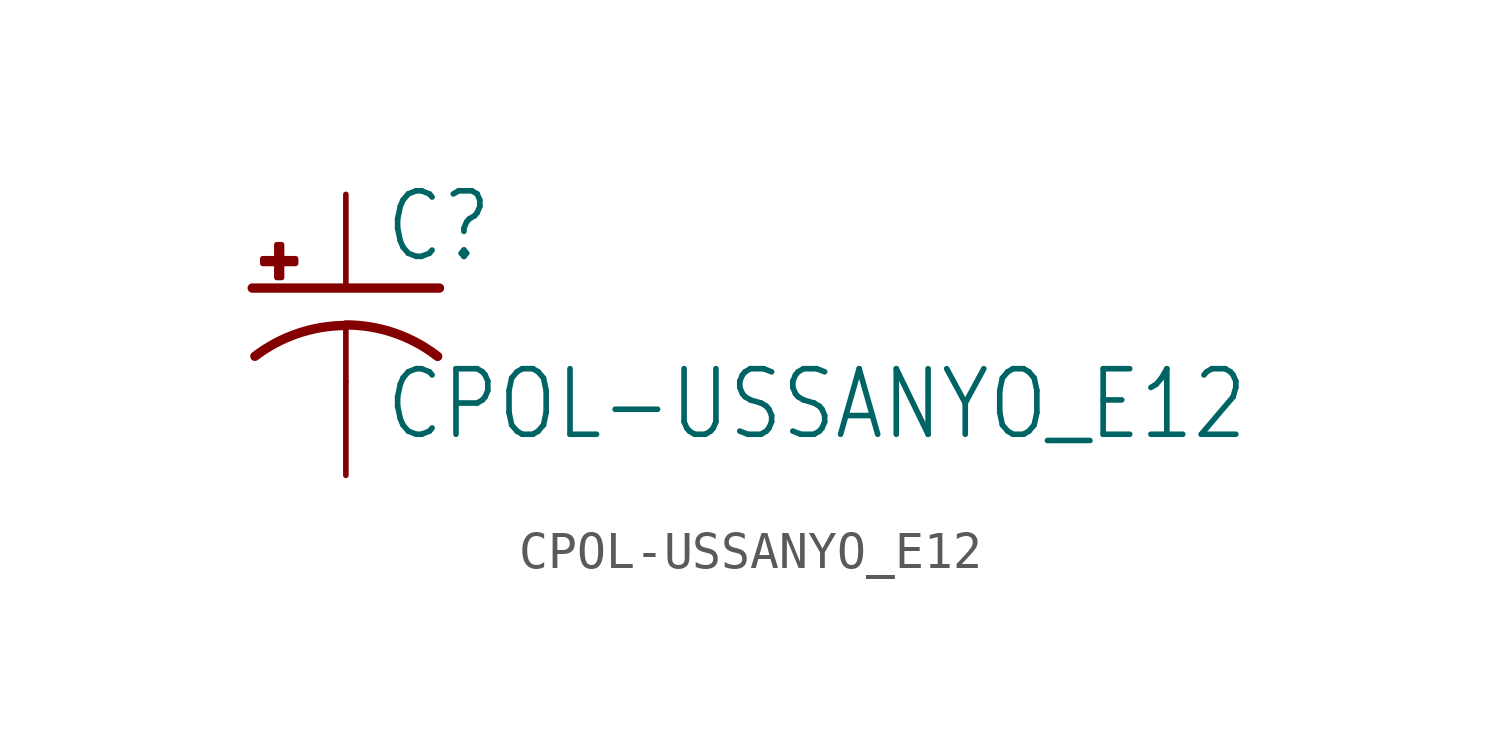
<source format=kicad_sym>
(kicad_symbol_lib
  (version 20211014)
  (generator kicad_symbol_editor)
  (symbol "CPOL-USSANYO_E12"
    (property "Reference" "C"
      (at 1.016 0.635 0)
      (effects (font (size 1.778 1.511)) (justify left bottom)))
    (property "Value" "CPOL-USSANYO_E12"
      (at 1.016 -4.191 0)
      (effects (font (size 1.778 1.511)) (justify left bottom)))
    (property "ki_locked" ""
      (at 0 0 0)
      (effects (font (size 1.27 1.27))))
    (symbol "CPOL-USSANYO_E12_1_0"
      (rectangle (start -2.253 0.668) (end -1.364 0.795) (stroke (width 0) (type default) (color 0 0 0 0)) (fill (type outline)))
      (rectangle (start -1.872 0.287) (end -1.745 1.176) (stroke (width 0) (type default) (color 0 0 0 0)) (fill (type outline)))
      (arc (start 0 -1.0161) (mid -1.3021 -1.2302) (end -2.4669 -1.8504) (stroke (width 0.254) (type default) (color 0 0 0 0)) (fill (type none)))
      (polyline (pts (xy -2.54 0) (xy 2.54 0)) (stroke (width 0.254) (type default) (color 0 0 0 0)) (fill (type none)))
      (polyline (pts (xy 0 -1.016) (xy 0 -2.54)) (stroke (width 0.152) (type default) (color 0 0 0 0)) (fill (type none)))
      (arc (start 2.4892 -1.8542) (mid 1.3158 -1.2195) (end 0 -1) (stroke (width 0.254) (type default) (color 0 0 0 0)) (fill (type none)))
      (pin passive line (at 0 2.54 270) (length 2.54) (name "+" (effects (font (size 0 0)))) (number "+" (effects (font (size 0 0)))))
      (pin passive line (at 0 -5.08 90) (length 2.54) (name "-" (effects (font (size 0 0)))) (number "-" (effects (font (size 0 0))))))))
</source>
